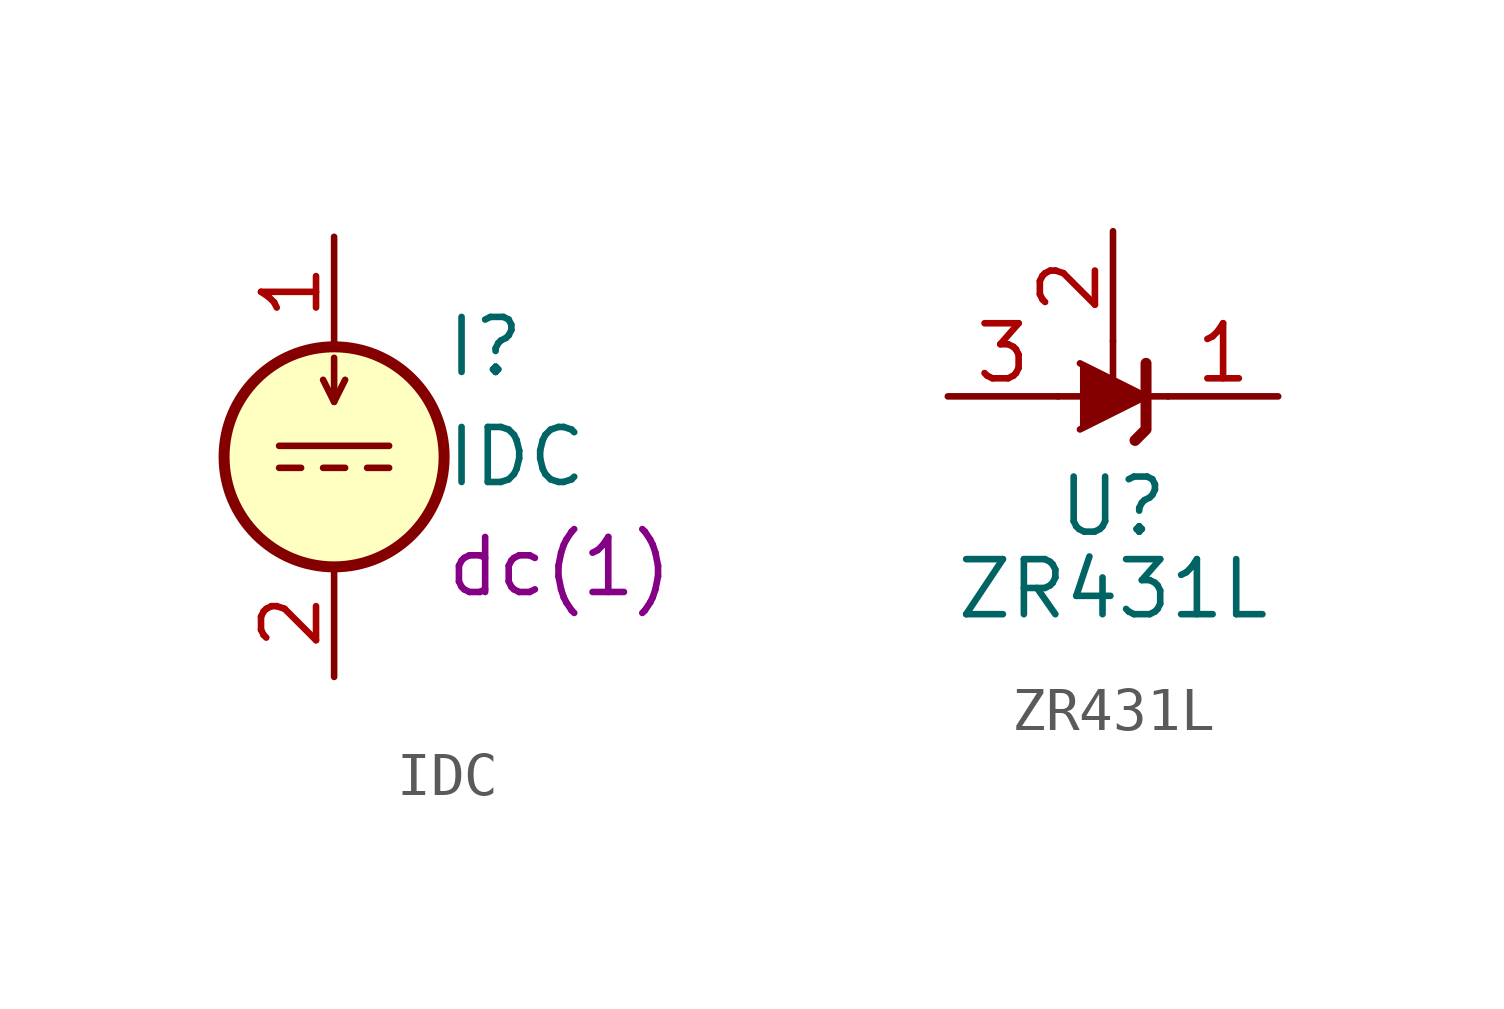
<source format=kicad_sym>
(kicad_symbol_lib
  (version 20231120)
  (generator "kicad_symbol_editor")
  (generator_version "8.0")
  (symbol "IDC"
    (pin_names
      (offset 0.025) hide)
    (property "Reference" "I"
      (at 2.54 2.54 0)
      (effects (font (size 1.27 1.27)) (justify left)))
    (property "Value" "IDC"
      (at 2.54 0 0)
      (effects (font (size 1.27 1.27)) (justify left)))
    (property "Spice_Model" "dc(1)"
      (at 2.54 -2.54 0)
      (effects (font (size 1.27 1.27)) (justify left)))
    (symbol "IDC_0_0"
      (polyline (pts (xy -1.27 0.254) (xy 1.27 0.254)) (stroke (width 0) (type default)) (fill (type none)))
      (polyline (pts (xy -0.762 -0.254) (xy -1.27 -0.254)) (stroke (width 0) (type default)) (fill (type none)))
      (polyline (pts (xy 0.254 -0.254) (xy -0.254 -0.254)) (stroke (width 0) (type default)) (fill (type none)))
      (polyline (pts (xy 1.27 -0.254) (xy 0.762 -0.254)) (stroke (width 0) (type default)) (fill (type none))))
    (symbol "IDC_0_1"
      (polyline (pts (xy 0 1.27) (xy 0 2.286)) (stroke (width 0) (type default)) (fill (type none)))
      (polyline (pts (xy -0.254 1.778) (xy 0 1.27) (xy 0.254 1.778)) (stroke (width 0) (type default)) (fill (type none)))
      (circle (center 0 0) (radius 2.54) (stroke (width 0.254) (type default)) (fill (type background))))
    (symbol "IDC_1_1"
      (pin passive line (at 0 5.08 270) (length 2.54) (name "~" (effects (font (size 1.27 1.27)))) (number "1" (effects (font (size 1.27 1.27)))))
      (pin passive line (at 0 -5.08 90) (length 2.54) (name "~" (effects (font (size 1.27 1.27)))) (number "2" (effects (font (size 1.27 1.27)))))))
  (symbol "ZR431L"
    (pin_names hide)
    (property "Reference" "U"
      (at 0 -2.54 0)
      (effects (font (size 1.27 1.27))))
    (property "Value" "ZR431L"
      (at 0 -4.445 0)
      (effects (font (size 1.27 1.27))))
    (symbol "ZR431L_0_1"
      (polyline (pts (xy -1.27 0) (xy 0 0) (xy 1.27 0)) (stroke (width 0) (type default)) (fill (type none)))
      (polyline (pts (xy -0.762 0.762) (xy 0.762 0) (xy -0.762 -0.762)) (stroke (width 0) (type default)) (fill (type outline)))
      (polyline (pts (xy 0.508 -1.016) (xy 0.762 -0.762) (xy 0.762 0.762) (xy 0.762 0.762)) (stroke (width 0.254) (type default)) (fill (type none))))
    (symbol "ZR431L_1_1"
      (polyline (pts (xy 0 1.27) (xy 0 0)) (stroke (width 0) (type default)) (fill (type none)))
      (pin passive line (at 3.81 0 180) (length 2.54) (name "K" (effects (font (size 1.27 1.27)))) (number "1" (effects (font (size 1.27 1.27)))))
      (pin passive line (at 0 3.81 270) (length 2.54) (name "REF" (effects (font (size 1.27 1.27)))) (number "2" (effects (font (size 1.27 1.27)))))
      (pin passive line (at -3.81 0 0) (length 2.54) (name "A" (effects (font (size 1.27 1.27)))) (number "3" (effects (font (size 1.27 1.27))))))))
</source>
